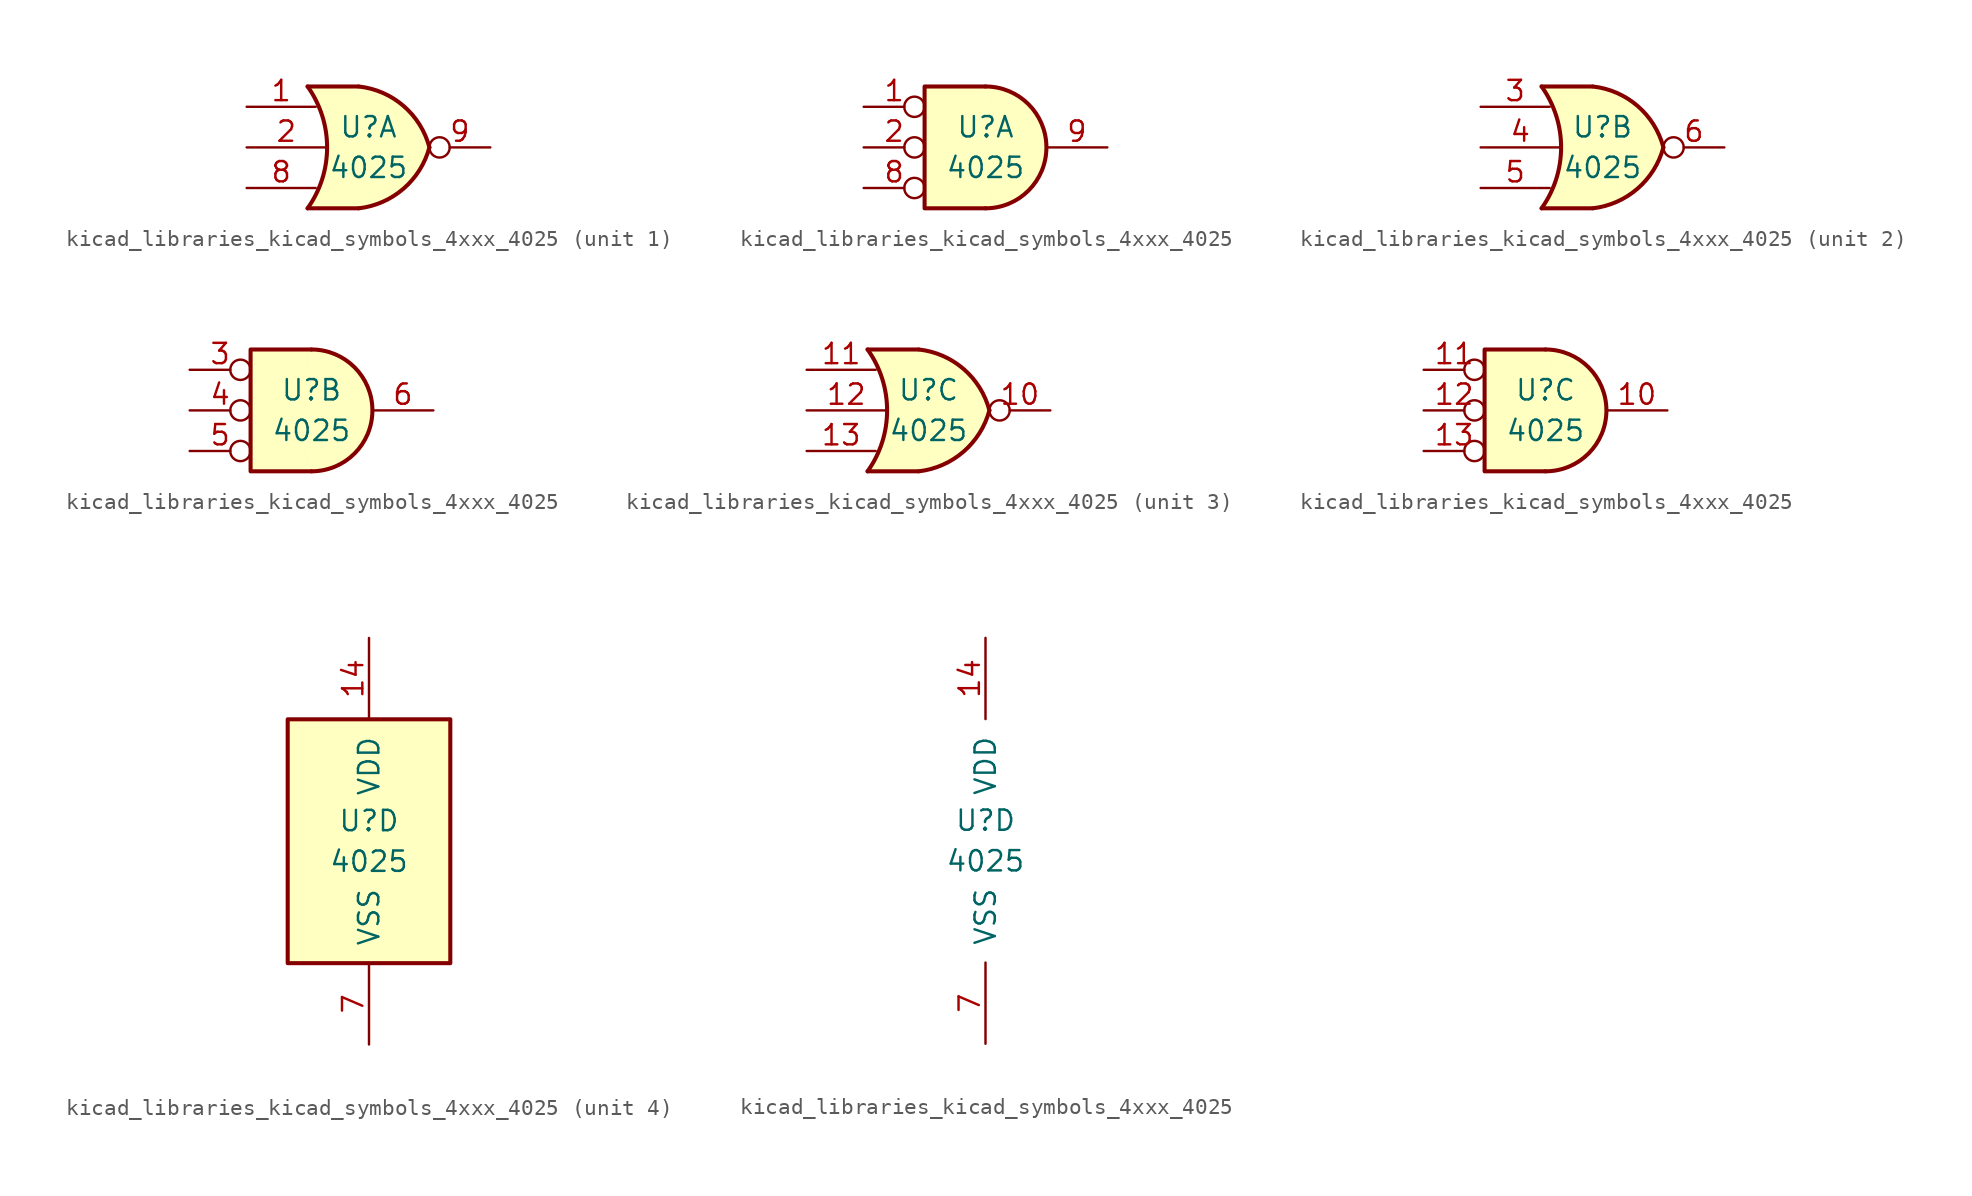
<source format=kicad_sym>
(kicad_symbol_lib
  (version 20220914)
  (generator kicad_symbol_editor)
  (symbol "kicad_libraries_kicad_symbols_4xxx_4025"
    (pin_names
      (offset 1.016))
    (property "Reference" "U"
      (at 0 1.27 0)
      (effects (font (size 1.27 1.27))))
    (property "Value" "4025"
      (at 0 -1.27 0)
      (effects (font (size 1.27 1.27))))
    (property "ki_locked" ""
      (at 0 0 0)
      (effects (font (size 1.27 1.27))))
    (symbol "kicad_libraries_kicad_symbols_4xxx_4025_1_1"
      (arc (start -3.81 -3.81) (mid -2.589 0) (end -3.81 3.81) (stroke (width 0.254) (type default)) (fill (type none)))
      (arc (start -0.6096 -3.81) (mid 2.1842 -2.5851) (end 3.81 0) (stroke (width 0.254) (type default)) (fill (type background)))
      (polyline (pts (xy -3.81 -3.81) (xy -0.635 -3.81)) (stroke (width 0.254) (type default)) (fill (type background)))
      (polyline (pts (xy -3.81 3.81) (xy -0.635 3.81)) (stroke (width 0.254) (type default)) (fill (type background)))
      (polyline (pts (xy -0.635 3.81) (xy -3.81 3.81) (xy -3.81 3.81) (xy -3.556 3.404) (xy -3.023 2.261) (xy -2.692 1.041) (xy -2.616 -0.254) (xy -2.769 -1.499) (xy -3.175 -2.718) (xy -3.81 -3.81) (xy -3.81 -3.81) (xy -0.635 -3.81)) (stroke (width -25.4) (type default)) (fill (type background)))
      (arc (start 3.81 0) (mid 2.1915 2.5936) (end -0.6096 3.81) (stroke (width 0.254) (type default)) (fill (type background)))
      (pin input line (at -7.62 2.54 0) (length 4.318) (name "~" (effects (font (size 1.27 1.27)))) (number "1" (effects (font (size 1.27 1.27)))))
      (pin input line (at -7.62 0 0) (length 4.953) (name "~" (effects (font (size 1.27 1.27)))) (number "2" (effects (font (size 1.27 1.27)))))
      (pin input line (at -7.62 -2.54 0) (length 4.318) (name "~" (effects (font (size 1.27 1.27)))) (number "8" (effects (font (size 1.27 1.27)))))
      (pin output inverted (at 7.62 0 180) (length 3.81) (name "~" (effects (font (size 1.27 1.27)))) (number "9" (effects (font (size 1.27 1.27))))))
    (symbol "kicad_libraries_kicad_symbols_4xxx_4025_1_2"
      (arc (start 0 -3.81) (mid 3.7934 0) (end 0 3.81) (stroke (width 0.254) (type default)) (fill (type background)))
      (polyline (pts (xy 0 3.81) (xy -3.81 3.81) (xy -3.81 -3.81) (xy 0 -3.81)) (stroke (width 0.254) (type default)) (fill (type background)))
      (pin input inverted (at -7.62 2.54 0) (length 3.81) (name "~" (effects (font (size 1.27 1.27)))) (number "1" (effects (font (size 1.27 1.27)))))
      (pin input inverted (at -7.62 0 0) (length 3.81) (name "~" (effects (font (size 1.27 1.27)))) (number "2" (effects (font (size 1.27 1.27)))))
      (pin input inverted (at -7.62 -2.54 0) (length 3.81) (name "~" (effects (font (size 1.27 1.27)))) (number "8" (effects (font (size 1.27 1.27)))))
      (pin output line (at 7.62 0 180) (length 3.81) (name "~" (effects (font (size 1.27 1.27)))) (number "9" (effects (font (size 1.27 1.27))))))
    (symbol "kicad_libraries_kicad_symbols_4xxx_4025_2_1"
      (arc (start -3.81 -3.81) (mid -2.589 0) (end -3.81 3.81) (stroke (width 0.254) (type default)) (fill (type none)))
      (arc (start -0.6096 -3.81) (mid 2.1842 -2.5851) (end 3.81 0) (stroke (width 0.254) (type default)) (fill (type background)))
      (polyline (pts (xy -3.81 -3.81) (xy -0.635 -3.81)) (stroke (width 0.254) (type default)) (fill (type background)))
      (polyline (pts (xy -3.81 3.81) (xy -0.635 3.81)) (stroke (width 0.254) (type default)) (fill (type background)))
      (polyline (pts (xy -0.635 3.81) (xy -3.81 3.81) (xy -3.81 3.81) (xy -3.556 3.404) (xy -3.023 2.261) (xy -2.692 1.041) (xy -2.616 -0.254) (xy -2.769 -1.499) (xy -3.175 -2.718) (xy -3.81 -3.81) (xy -3.81 -3.81) (xy -0.635 -3.81)) (stroke (width -25.4) (type default)) (fill (type background)))
      (arc (start 3.81 0) (mid 2.1915 2.5936) (end -0.6096 3.81) (stroke (width 0.254) (type default)) (fill (type background)))
      (pin input line (at -7.62 2.54 0) (length 4.318) (name "~" (effects (font (size 1.27 1.27)))) (number "3" (effects (font (size 1.27 1.27)))))
      (pin input line (at -7.62 0 0) (length 4.953) (name "~" (effects (font (size 1.27 1.27)))) (number "4" (effects (font (size 1.27 1.27)))))
      (pin input line (at -7.62 -2.54 0) (length 4.318) (name "~" (effects (font (size 1.27 1.27)))) (number "5" (effects (font (size 1.27 1.27)))))
      (pin output inverted (at 7.62 0 180) (length 3.81) (name "~" (effects (font (size 1.27 1.27)))) (number "6" (effects (font (size 1.27 1.27))))))
    (symbol "kicad_libraries_kicad_symbols_4xxx_4025_2_2"
      (arc (start 0 -3.81) (mid 3.7934 0) (end 0 3.81) (stroke (width 0.254) (type default)) (fill (type background)))
      (polyline (pts (xy 0 3.81) (xy -3.81 3.81) (xy -3.81 -3.81) (xy 0 -3.81)) (stroke (width 0.254) (type default)) (fill (type background)))
      (pin input inverted (at -7.62 2.54 0) (length 3.81) (name "~" (effects (font (size 1.27 1.27)))) (number "3" (effects (font (size 1.27 1.27)))))
      (pin input inverted (at -7.62 0 0) (length 3.81) (name "~" (effects (font (size 1.27 1.27)))) (number "4" (effects (font (size 1.27 1.27)))))
      (pin input inverted (at -7.62 -2.54 0) (length 3.81) (name "~" (effects (font (size 1.27 1.27)))) (number "5" (effects (font (size 1.27 1.27)))))
      (pin output line (at 7.62 0 180) (length 3.81) (name "~" (effects (font (size 1.27 1.27)))) (number "6" (effects (font (size 1.27 1.27))))))
    (symbol "kicad_libraries_kicad_symbols_4xxx_4025_3_1"
      (arc (start -3.81 -3.81) (mid -2.589 0) (end -3.81 3.81) (stroke (width 0.254) (type default)) (fill (type none)))
      (arc (start -0.6096 -3.81) (mid 2.1842 -2.5851) (end 3.81 0) (stroke (width 0.254) (type default)) (fill (type background)))
      (polyline (pts (xy -3.81 -3.81) (xy -0.635 -3.81)) (stroke (width 0.254) (type default)) (fill (type background)))
      (polyline (pts (xy -3.81 3.81) (xy -0.635 3.81)) (stroke (width 0.254) (type default)) (fill (type background)))
      (polyline (pts (xy -0.635 3.81) (xy -3.81 3.81) (xy -3.81 3.81) (xy -3.556 3.404) (xy -3.023 2.261) (xy -2.692 1.041) (xy -2.616 -0.254) (xy -2.769 -1.499) (xy -3.175 -2.718) (xy -3.81 -3.81) (xy -3.81 -3.81) (xy -0.635 -3.81)) (stroke (width -25.4) (type default)) (fill (type background)))
      (arc (start 3.81 0) (mid 2.1915 2.5936) (end -0.6096 3.81) (stroke (width 0.254) (type default)) (fill (type background)))
      (pin output inverted (at 7.62 0 180) (length 3.81) (name "~" (effects (font (size 1.27 1.27)))) (number "10" (effects (font (size 1.27 1.27)))))
      (pin input line (at -7.62 2.54 0) (length 4.318) (name "~" (effects (font (size 1.27 1.27)))) (number "11" (effects (font (size 1.27 1.27)))))
      (pin input line (at -7.62 0 0) (length 4.953) (name "~" (effects (font (size 1.27 1.27)))) (number "12" (effects (font (size 1.27 1.27)))))
      (pin input line (at -7.62 -2.54 0) (length 4.318) (name "~" (effects (font (size 1.27 1.27)))) (number "13" (effects (font (size 1.27 1.27))))))
    (symbol "kicad_libraries_kicad_symbols_4xxx_4025_3_2"
      (arc (start 0 -3.81) (mid 3.7934 0) (end 0 3.81) (stroke (width 0.254) (type default)) (fill (type background)))
      (polyline (pts (xy 0 3.81) (xy -3.81 3.81) (xy -3.81 -3.81) (xy 0 -3.81)) (stroke (width 0.254) (type default)) (fill (type background)))
      (pin output line (at 7.62 0 180) (length 3.81) (name "~" (effects (font (size 1.27 1.27)))) (number "10" (effects (font (size 1.27 1.27)))))
      (pin input inverted (at -7.62 2.54 0) (length 3.81) (name "~" (effects (font (size 1.27 1.27)))) (number "11" (effects (font (size 1.27 1.27)))))
      (pin input inverted (at -7.62 0 0) (length 3.81) (name "~" (effects (font (size 1.27 1.27)))) (number "12" (effects (font (size 1.27 1.27)))))
      (pin input inverted (at -7.62 -2.54 0) (length 3.81) (name "~" (effects (font (size 1.27 1.27)))) (number "13" (effects (font (size 1.27 1.27))))))
    (symbol "kicad_libraries_kicad_symbols_4xxx_4025_4_0"
      (pin power_in line (at 0 12.7 270) (length 5.08) (name "VDD" (effects (font (size 1.27 1.27)))) (number "14" (effects (font (size 1.27 1.27)))))
      (pin power_in line (at 0 -12.7 90) (length 5.08) (name "VSS" (effects (font (size 1.27 1.27)))) (number "7" (effects (font (size 1.27 1.27))))))
    (symbol "kicad_libraries_kicad_symbols_4xxx_4025_4_1"
      (rectangle (start -5.08 7.62) (end 5.08 -7.62) (stroke (width 0.254) (type default)) (fill (type background))))))
</source>
